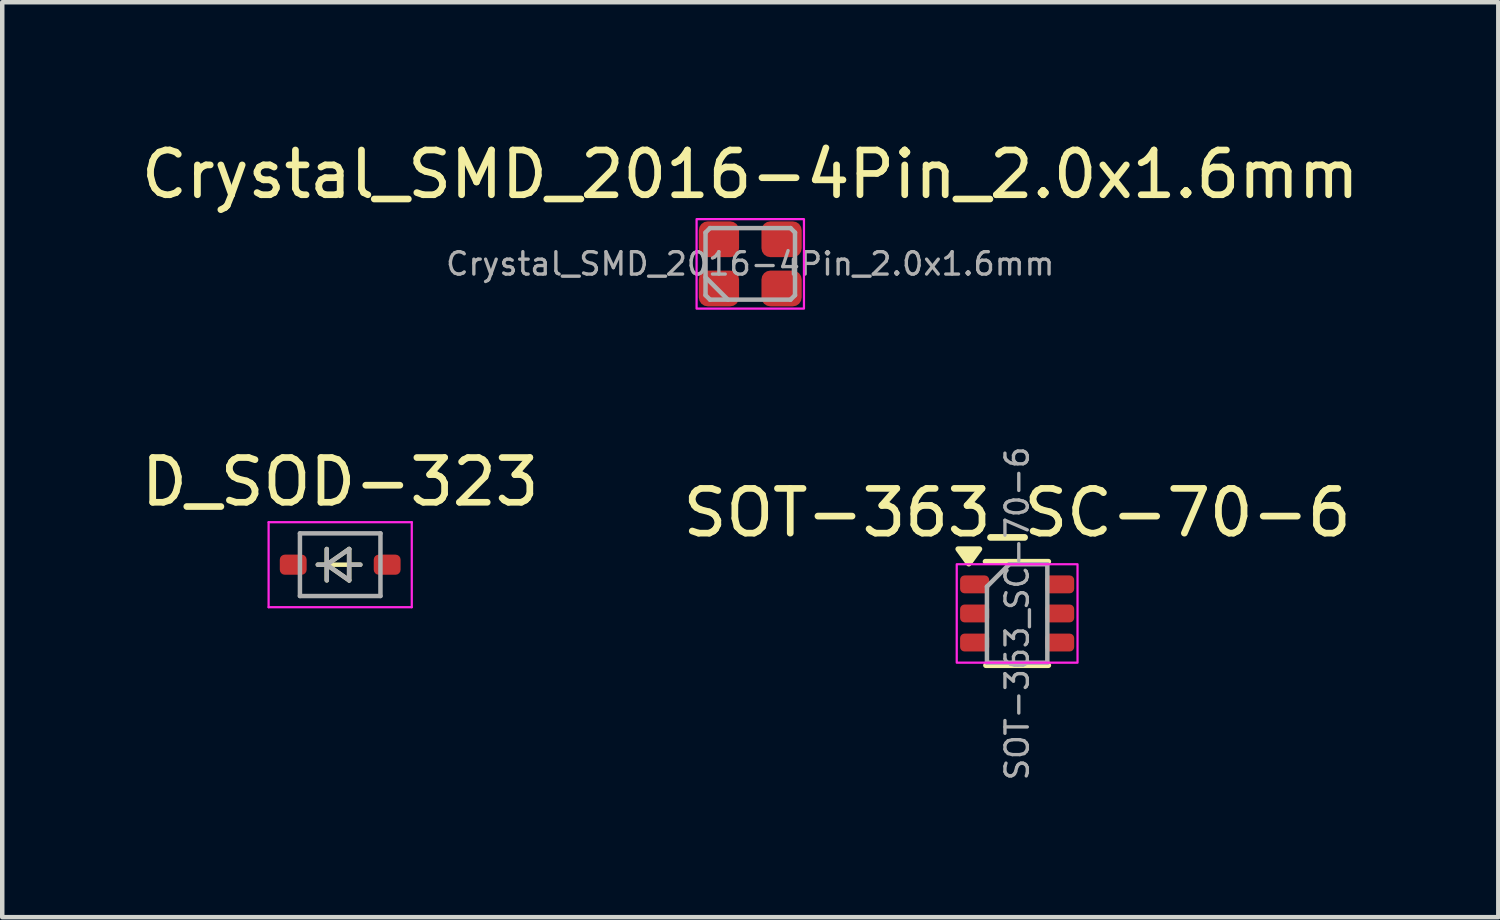
<source format=kicad_pcb>
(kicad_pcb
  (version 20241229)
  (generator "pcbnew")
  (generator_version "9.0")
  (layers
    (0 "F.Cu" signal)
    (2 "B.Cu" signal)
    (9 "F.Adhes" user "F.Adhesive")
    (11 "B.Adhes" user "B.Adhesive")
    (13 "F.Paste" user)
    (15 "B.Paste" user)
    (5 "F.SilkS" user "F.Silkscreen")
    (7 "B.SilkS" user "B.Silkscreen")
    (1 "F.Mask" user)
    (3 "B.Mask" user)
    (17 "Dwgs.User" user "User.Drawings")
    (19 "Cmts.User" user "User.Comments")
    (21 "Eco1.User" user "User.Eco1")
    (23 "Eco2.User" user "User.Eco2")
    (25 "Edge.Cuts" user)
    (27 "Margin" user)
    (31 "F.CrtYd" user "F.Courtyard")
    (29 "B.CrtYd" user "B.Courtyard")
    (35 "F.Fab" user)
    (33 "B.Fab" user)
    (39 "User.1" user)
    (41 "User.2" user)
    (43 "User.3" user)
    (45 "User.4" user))
  (footprint "D_SOD-323"
    (layer "F.Cu")
    (at 4.554 9.572)
    (property "Reference" "D_SOD-323" (at 0 -1.85 0) (layer "F.SilkS") (effects (font (size 1 1) (thickness 0.15))))
    (attr smd)
    (fp_line (start -0.3 0) (end 0.2 -0.35) (stroke (width 0.1) (type default)) (layer "F.SilkS"))
    (fp_line (start -0.3 0.35) (end -0.3 -0.35) (stroke (width 0.1) (type default)) (layer "F.SilkS"))
    (fp_line (start 0.2 -0.35) (end 0.2 0.35) (stroke (width 0.1) (type default)) (layer "F.SilkS"))
    (fp_line (start 0.2 0.35) (end -0.3 0) (stroke (width 0.1) (type default)) (layer "F.SilkS"))
    (fp_line (start 0.45 0) (end -0.5 0) (stroke (width 0.1) (type default)) (layer "F.SilkS"))
    (fp_line (start -1.6 -0.95) (end -1.6 0.95) (stroke (width 0.05) (type solid)) (layer "F.CrtYd"))
    (fp_line (start -1.6 -0.95) (end 1.6 -0.95) (stroke (width 0.05) (type solid)) (layer "F.CrtYd"))
    (fp_line (start -1.6 0.95) (end 1.6 0.95) (stroke (width 0.05) (type solid)) (layer "F.CrtYd"))
    (fp_line (start 1.6 -0.95) (end 1.6 0.95) (stroke (width 0.05) (type solid)) (layer "F.CrtYd"))
    (fp_line (start -0.9 -0.7) (end 0.9 -0.7) (stroke (width 0.1) (type solid)) (layer "F.Fab"))
    (fp_line (start -0.9 0.7) (end -0.9 -0.7) (stroke (width 0.1) (type solid)) (layer "F.Fab"))
    (fp_line (start -0.3 -0.35) (end -0.3 0.35) (stroke (width 0.1) (type solid)) (layer "F.Fab"))
    (fp_line (start -0.3 0) (end -0.5 0) (stroke (width 0.1) (type solid)) (layer "F.Fab"))
    (fp_line (start -0.3 0) (end 0.2 -0.35) (stroke (width 0.1) (type solid)) (layer "F.Fab"))
    (fp_line (start 0.2 -0.35) (end 0.2 0.35) (stroke (width 0.1) (type solid)) (layer "F.Fab"))
    (fp_line (start 0.2 0) (end 0.45 0) (stroke (width 0.1) (type solid)) (layer "F.Fab"))
    (fp_line (start 0.2 0.35) (end -0.3 0) (stroke (width 0.1) (type solid)) (layer "F.Fab"))
    (fp_line (start 0.9 -0.7) (end 0.9 0.7) (stroke (width 0.1) (type solid)) (layer "F.Fab"))
    (fp_line (start 0.9 0.7) (end -0.9 0.7) (stroke (width 0.1) (type solid)) (layer "F.Fab"))
    (pad "1" smd roundrect (at -1.05 0) (size 0.6 0.45) (layers "F.Cu" "F.Mask" "F.Paste") (roundrect_rratio 0.25))
    (pad "2" smd roundrect (at 1.05 0) (size 0.6 0.45) (layers "F.Cu" "F.Mask" "F.Paste") (roundrect_rratio 0.25)))
  (footprint "Crystal_SMD_2016-4Pin_2.0x1.6mm"
    (layer "F.Cu")
    (at 13.72 2.848)
    (property "Reference" "Crystal_SMD_2016-4Pin_2.0x1.6mm" (at 0 -2 0) (layer "F.SilkS") (effects (font (size 1 1) (thickness 0.15))))
    (attr smd)
    (fp_rect (start -1.2 -1) (end 1.2 1) (stroke (width 0.05) (type solid)) (fill no) (layer "F.CrtYd"))
    (fp_line (start -1 -0.7) (end -0.9 -0.8) (stroke (width 0.1) (type solid)) (layer "F.Fab"))
    (fp_line (start -1 0.3) (end -0.5 0.8) (stroke (width 0.1) (type solid)) (layer "F.Fab"))
    (fp_line (start -1 0.7) (end -1 -0.7) (stroke (width 0.1) (type solid)) (layer "F.Fab"))
    (fp_line (start -0.9 -0.8) (end 0.9 -0.8) (stroke (width 0.1) (type solid)) (layer "F.Fab"))
    (fp_line (start -0.9 0.8) (end -1 0.7) (stroke (width 0.1) (type solid)) (layer "F.Fab"))
    (fp_line (start 0.9 -0.8) (end 1 -0.7) (stroke (width 0.1) (type solid)) (layer "F.Fab"))
    (fp_line (start 0.9 0.8) (end -0.9 0.8) (stroke (width 0.1) (type solid)) (layer "F.Fab"))
    (fp_line (start 1 -0.7) (end 1 0.7) (stroke (width 0.1) (type solid)) (layer "F.Fab"))
    (fp_line (start 1 0.7) (end 0.9 0.8) (stroke (width 0.1) (type solid)) (layer "F.Fab"))
    (fp_text user "${REFERENCE}" (at 0 0 0) (layer "F.Fab") (effects (font (size 0.5 0.5) (thickness 0.075))))
    (pad "1" smd roundrect (at -0.7 0.55) (size 0.9 0.8) (layers "F.Cu" "F.Mask" "F.Paste") (roundrect_rratio 0.25))
    (pad "2" smd roundrect (at 0.7 0.55) (size 0.9 0.8) (layers "F.Cu" "F.Mask" "F.Paste") (roundrect_rratio 0.25))
    (pad "3" smd roundrect (at 0.7 -0.55) (size 0.9 0.8) (layers "F.Cu" "F.Mask" "F.Paste") (roundrect_rratio 0.25))
    (pad "4" smd roundrect (at -0.7 -0.55) (size 0.9 0.8) (layers "F.Cu" "F.Mask" "F.Paste") (roundrect_rratio 0.25)))
  (footprint "SOT-363_SC-70-6"
    (layer "F.Cu")
    (at 19.685 10.662)
    (property "Reference" "SOT-363_SC-70-6" (at 0 -2.25 0) (layer "F.SilkS") (effects (font (size 1 1) (thickness 0.15))))
    (attr smd)
    (fp_line (start -0.71 -1.16) (end 0.7 -1.16) (stroke (width 0.12) (type solid)) (layer "F.SilkS"))
    (fp_line (start -0.7 1.16) (end 0.7 1.16) (stroke (width 0.12) (type solid)) (layer "F.SilkS"))
    (fp_poly (pts (xy -1.08 -1.11) (xy -1.32 -1.44) (xy -0.84 -1.44) (xy -1.08 -1.11)) (stroke (width 0.12) (type solid)) (fill yes) (layer "F.SilkS"))
    (fp_rect (start -1.35 -1.1) (end 1.35 1.1) (stroke (width 0.05) (type solid)) (fill no) (layer "F.CrtYd"))
    (fp_line (start -0.675 -0.6) (end -0.675 1.1) (stroke (width 0.1) (type solid)) (layer "F.Fab"))
    (fp_line (start -0.175 -1.1) (end -0.675 -0.6) (stroke (width 0.1) (type solid)) (layer "F.Fab"))
    (fp_line (start 0.675 -1.1) (end -0.175 -1.1) (stroke (width 0.1) (type solid)) (layer "F.Fab"))
    (fp_line (start 0.675 -1.1) (end 0.675 1.1) (stroke (width 0.1) (type solid)) (layer "F.Fab"))
    (fp_line (start 0.675 1.1) (end -0.675 1.1) (stroke (width 0.1) (type solid)) (layer "F.Fab"))
    (fp_text user "${REFERENCE}" (at 0 0 90) (layer "F.Fab") (effects (font (size 0.5 0.5) (thickness 0.075))))
    (pad "1" smd roundrect (at -0.95 -0.65) (size 0.65 0.4) (layers "F.Cu" "F.Mask" "F.Paste") (roundrect_rratio 0.25))
    (pad "2" smd roundrect (at -0.95 0) (size 0.65 0.4) (layers "F.Cu" "F.Mask" "F.Paste") (roundrect_rratio 0.25))
    (pad "3" smd roundrect (at -0.95 0.65) (size 0.65 0.4) (layers "F.Cu" "F.Mask" "F.Paste") (roundrect_rratio 0.25))
    (pad "4" smd roundrect (at 0.95 0.65) (size 0.65 0.4) (layers "F.Cu" "F.Mask" "F.Paste") (roundrect_rratio 0.25))
    (pad "5" smd roundrect (at 0.95 0) (size 0.65 0.4) (layers "F.Cu" "F.Mask" "F.Paste") (roundrect_rratio 0.25))
    (pad "6" smd roundrect (at 0.95 -0.65) (size 0.65 0.4) (layers "F.Cu" "F.Mask" "F.Paste") (roundrect_rratio 0.25)))
  (gr_rect
    (start -3 -3)
    (end 30.44 17.451)
    (stroke (width 0.1) (type default))
    (fill no)
    (layer "Edge.Cuts")))
</source>
